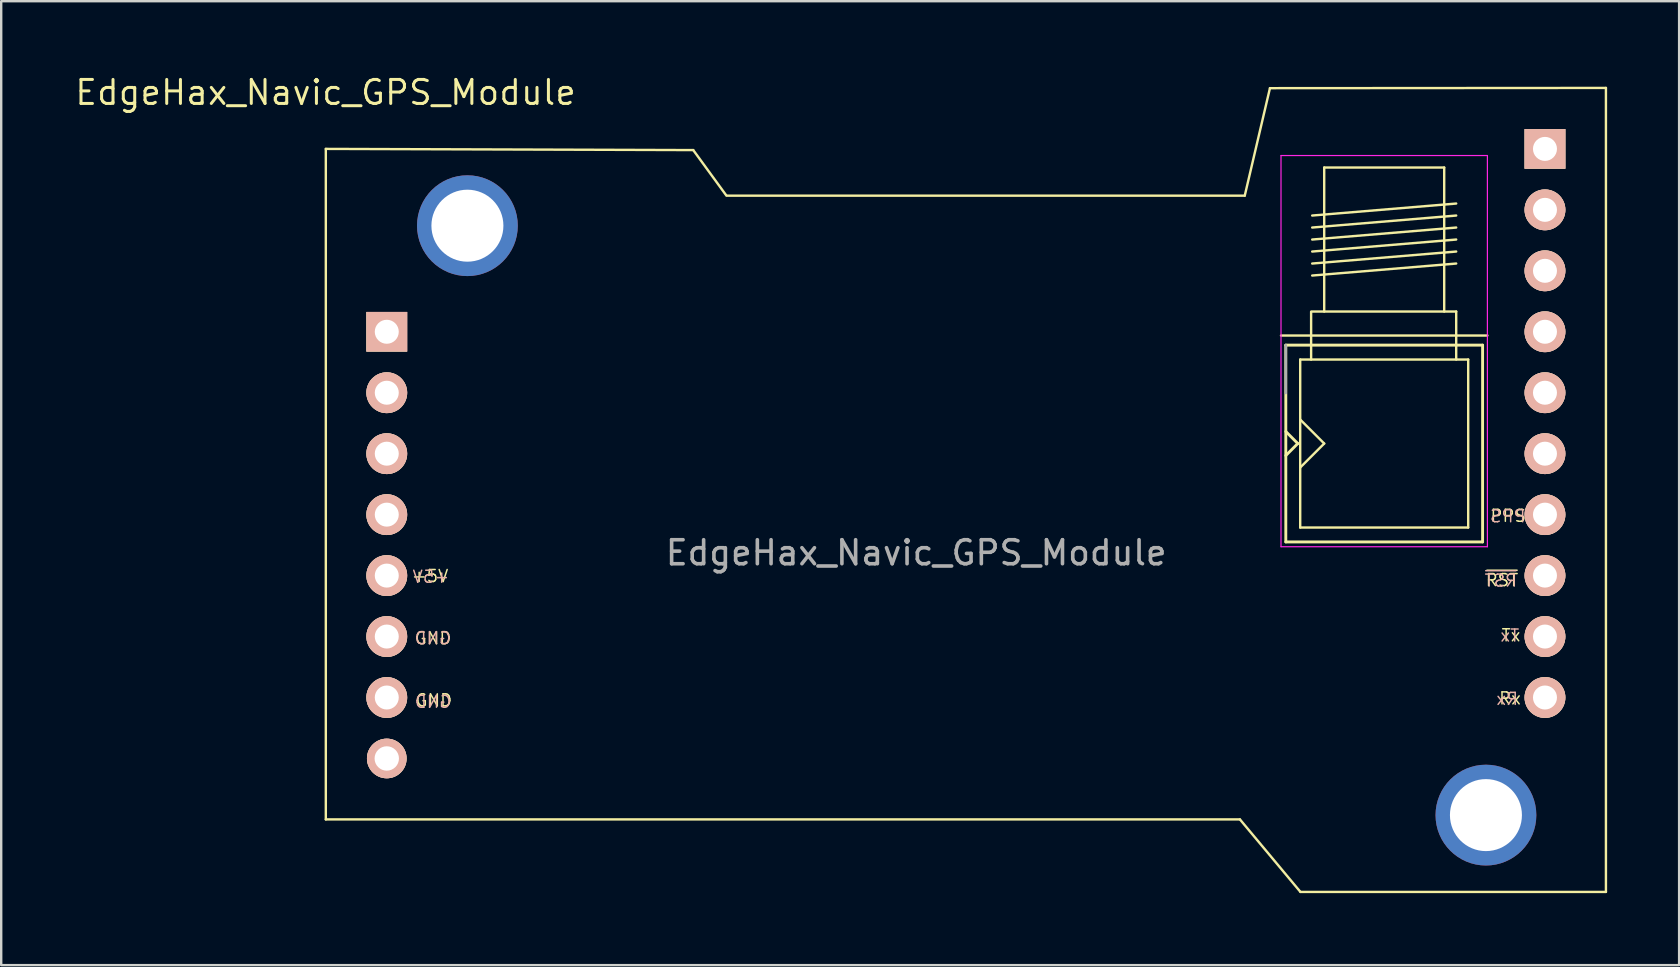
<source format=kicad_pcb>
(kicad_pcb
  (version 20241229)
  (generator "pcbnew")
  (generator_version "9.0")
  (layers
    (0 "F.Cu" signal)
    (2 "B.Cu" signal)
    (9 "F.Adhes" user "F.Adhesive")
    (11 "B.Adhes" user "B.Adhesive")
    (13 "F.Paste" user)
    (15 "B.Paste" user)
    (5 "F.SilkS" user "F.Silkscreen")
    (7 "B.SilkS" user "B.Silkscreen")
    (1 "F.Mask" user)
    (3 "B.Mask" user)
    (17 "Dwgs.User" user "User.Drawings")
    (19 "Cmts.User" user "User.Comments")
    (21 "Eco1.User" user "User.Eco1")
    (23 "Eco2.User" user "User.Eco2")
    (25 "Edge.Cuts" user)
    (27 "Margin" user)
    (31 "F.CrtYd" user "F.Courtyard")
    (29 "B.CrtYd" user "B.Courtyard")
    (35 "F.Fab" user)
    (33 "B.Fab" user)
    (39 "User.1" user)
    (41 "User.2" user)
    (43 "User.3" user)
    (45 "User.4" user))
  (footprint "EdgeHax_Navic_GPS_Module"
    (layer "F.Cu")
    (at 10.526 3.154)
    (property "Reference" "EdgeHax_Navic_GPS_Module" (at -0.01 -2.35 0) (unlocked yes) (layer "F.SilkS") (effects (font (size 1 1) (thickness 0.125))))
    (attr through_hole)
    (fp_line (start 0 0) (end 0 27.94) (stroke (width 0.1) (type solid)) (layer "F.SilkS"))
    (fp_line (start 0 0) (end 15.31 0.05) (stroke (width 0.1) (type solid)) (layer "F.SilkS"))
    (fp_line (start 0 27.94) (end 38.09 27.94) (stroke (width 0.1) (type solid)) (layer "F.SilkS"))
    (fp_line (start 15.31 0.05) (end 16.68 1.93) (stroke (width 0.1) (type default)) (layer "F.SilkS"))
    (fp_line (start 16.7 1.95) (end 38.29 1.95) (stroke (width 0.1) (type solid)) (layer "F.SilkS"))
    (fp_line (start 38.09 27.94) (end 40.61 30.96) (stroke (width 0.1) (type solid)) (layer "F.SilkS"))
    (fp_line (start 39.34 -2.53) (end 38.29 1.95) (stroke (width 0.1) (type solid)) (layer "F.SilkS"))
    (fp_line (start 40.001 8.177) (end 40.001 16.377) (stroke (width 0.12) (type solid)) (layer "F.SilkS"))
    (fp_line (start 40.001 8.177) (end 48.201 8.177) (stroke (width 0.12) (type solid)) (layer "F.SilkS"))
    (fp_line (start 40.001 12.777) (end 40.501 12.277) (stroke (width 0.12) (type solid)) (layer "F.SilkS"))
    (fp_line (start 40.001 16.377) (end 48.201 16.377) (stroke (width 0.12) (type solid)) (layer "F.SilkS"))
    (fp_line (start 40.501 12.277) (end 40.001 11.777) (stroke (width 0.12) (type solid)) (layer "F.SilkS"))
    (fp_line (start 40.601 8.777) (end 40.601 15.777) (stroke (width 0.1) (type solid)) (layer "F.SilkS"))
    (fp_line (start 40.601 8.777) (end 47.601 8.777) (stroke (width 0.1) (type solid)) (layer "F.SilkS"))
    (fp_line (start 40.601 11.277) (end 41.601 12.277) (stroke (width 0.1) (type solid)) (layer "F.SilkS"))
    (fp_line (start 40.601 15.777) (end 47.601 15.777) (stroke (width 0.1) (type solid)) (layer "F.SilkS"))
    (fp_line (start 40.61 30.96) (end 53.34 30.96) (stroke (width 0.1) (type solid)) (layer "F.SilkS"))
    (fp_line (start 41.056 6.78) (end 41.056 8.78) (stroke (width 0.1) (type solid)) (layer "F.SilkS"))
    (fp_line (start 41.101 2.777) (end 47.101 2.277) (stroke (width 0.1) (type solid)) (layer "F.SilkS"))
    (fp_line (start 41.101 3.277) (end 47.101 2.777) (stroke (width 0.1) (type solid)) (layer "F.SilkS"))
    (fp_line (start 41.101 3.777) (end 47.101 3.277) (stroke (width 0.1) (type solid)) (layer "F.SilkS"))
    (fp_line (start 41.101 4.277) (end 47.101 3.777) (stroke (width 0.1) (type solid)) (layer "F.SilkS"))
    (fp_line (start 41.101 4.777) (end 47.101 4.277) (stroke (width 0.1) (type solid)) (layer "F.SilkS"))
    (fp_line (start 41.101 5.277) (end 47.101 4.777) (stroke (width 0.1) (type solid)) (layer "F.SilkS"))
    (fp_line (start 41.601 0.777) (end 41.601 6.777) (stroke (width 0.1) (type solid)) (layer "F.SilkS"))
    (fp_line (start 41.601 0.777) (end 46.601 0.777) (stroke (width 0.1) (type solid)) (layer "F.SilkS"))
    (fp_line (start 41.601 12.277) (end 40.601 13.277) (stroke (width 0.1) (type solid)) (layer "F.SilkS"))
    (fp_line (start 46.601 0.777) (end 46.601 6.777) (stroke (width 0.1) (type solid)) (layer "F.SilkS"))
    (fp_line (start 47.101 6.777) (end 41.101 6.777) (stroke (width 0.1) (type solid)) (layer "F.SilkS"))
    (fp_line (start 47.101 6.777) (end 47.101 8.777) (stroke (width 0.1) (type solid)) (layer "F.SilkS"))
    (fp_line (start 47.601 8.777) (end 47.601 15.777) (stroke (width 0.1) (type solid)) (layer "F.SilkS"))
    (fp_line (start 48.201 8.177) (end 48.201 16.377) (stroke (width 0.12) (type solid)) (layer "F.SilkS"))
    (fp_line (start 48.401 7.777) (end 39.801 7.777) (stroke (width 0.1) (type solid)) (layer "F.SilkS"))
    (fp_line (start 53.34 -2.54) (end 39.34 -2.53) (stroke (width 0.1) (type solid)) (layer "F.SilkS"))
    (fp_line (start 53.34 30.96) (end 53.34 -2.54) (stroke (width 0.1) (type solid)) (layer "F.SilkS"))
    (fp_line (start 39.801 0.277) (end 39.801 16.577) (stroke (width 0.05) (type solid)) (layer "F.CrtYd"))
    (fp_line (start 39.801 0.277) (end 48.401 0.277) (stroke (width 0.05) (type solid)) (layer "F.CrtYd"))
    (fp_line (start 48.401 16.577) (end 39.801 16.577) (stroke (width 0.05) (type solid)) (layer "F.CrtYd"))
    (fp_line (start 48.401 16.577) (end 48.401 0.277) (stroke (width 0.05) (type solid)) (layer "F.CrtYd"))
    (fp_line (start 40.001 8.177) (end 40.001 10.177) (stroke (width 0.1) (type solid)) (layer "F.Fab"))
    (fp_text user "Tx" (at 48.95 20.56 0) (unlocked yes) (layer "F.SilkS") (effects (font (size 0.5 0.5) (thickness 0.062)) (justify left bottom)))
    (fp_text user "+5V" (at 3.54 18.09 0) (unlocked yes) (layer "F.SilkS") (effects (font (size 0.5 0.5) (thickness 0.062)) (justify left bottom)))
    (fp_text user "PPS" (at 48.49 15.58 0) (unlocked yes) (layer "F.SilkS") (effects (font (size 0.5 0.5) (thickness 0.062)) (justify left bottom)))
    (fp_text user "GND" (at 3.67 20.68 0) (unlocked yes) (layer "F.SilkS") (effects (font (size 0.5 0.5) (thickness 0.062)) (justify left bottom)))
    (fp_text user "GND" (at 3.7 23.27 0) (unlocked yes) (layer "F.SilkS") (effects (font (size 0.5 0.5) (thickness 0.062)) (justify left bottom)))
    (fp_text user "~{RST}" (at 48.29 18.26 0) (unlocked yes) (layer "F.SilkS") (effects (font (size 0.5 0.5) (thickness 0.062)) (justify left bottom)))
    (fp_text user "Rx" (at 48.85 23.19 0) (unlocked yes) (layer "F.SilkS") (effects (font (size 0.5 0.5) (thickness 0.062)) (justify left bottom)))
    (fp_text user "Tx" (at 49.77 20.57 0) (unlocked yes) (layer "B.SilkS") (effects (font (size 0.5 0.5) (thickness 0.062)) (justify left bottom mirror)))
    (fp_text user "Rx" (at 49.72 23.21 0) (unlocked yes) (layer "B.SilkS") (effects (font (size 0.5 0.5) (thickness 0.062)) (justify left bottom mirror)))
    (fp_text user "~{RST}" (at 49.68 18.28 0) (unlocked yes) (layer "B.SilkS") (effects (font (size 0.5 0.5) (thickness 0.062)) (justify left bottom mirror)))
    (fp_text user "PPS" (at 50.03 15.6 0) (unlocked yes) (layer "B.SilkS") (effects (font (size 0.5 0.5) (thickness 0.062)) (justify left bottom mirror)))
    (fp_text user "GND" (at 5.26 20.68 0) (unlocked yes) (layer "B.SilkS") (effects (font (size 0.5 0.5) (thickness 0.062)) (justify left bottom mirror)))
    (fp_text user "+5V" (at 5.18 18.12 0) (unlocked yes) (layer "B.SilkS") (effects (font (size 0.5 0.5) (thickness 0.062)) (justify left bottom mirror)))
    (fp_text user "GND" (at 5.27 23.33 0) (unlocked yes) (layer "B.SilkS") (effects (font (size 0.5 0.5) (thickness 0.062)) (justify left bottom mirror)))
    (fp_text user "${REFERENCE}" (at 24.6 16.83 0) (unlocked yes) (layer "F.Fab") (effects (font (size 1 1) (thickness 0.15))))
    (pad "" np_thru_hole circle (at 5.9 3.2) (size 4.2 4.2) (drill 3) (layers "*.Cu" "*.Mask"))
    (pad "" np_thru_hole circle (at 48.34 27.76) (size 4.2 4.2) (drill 3) (layers "*.Cu" "*.Mask"))
    (pad "1" thru_hole rect (at 2.54 7.62) (size 1.7 1.651) (drill 1) (layers "*.Cu" "*.Paste" "*.SilkS" "*.Mask"))
    (pad "2" thru_hole circle (at 2.54 10.16) (size 1.7 1.7) (drill 1) (layers "*.Cu" "*.Paste" "*.SilkS" "*.Mask"))
    (pad "3" thru_hole circle (at 2.54 12.7) (size 1.7 1.7) (drill 1) (layers "*.Cu" "*.Paste" "*.SilkS" "*.Mask"))
    (pad "4" thru_hole circle (at 2.54 15.24) (size 1.7 1.7) (drill 1) (layers "*.Cu" "*.Paste" "*.SilkS" "*.Mask"))
    (pad "5" thru_hole circle (at 2.54 17.78) (size 1.7 1.7) (drill 1) (layers "*.Cu" "*.Paste" "*.SilkS" "*.Mask"))
    (pad "6" thru_hole circle (at 2.54 20.32) (size 1.7 1.7) (drill 1) (layers "*.Cu" "*.Paste" "*.SilkS" "*.Mask"))
    (pad "7" thru_hole circle (at 2.54 22.86) (size 1.7 1.7) (drill 1) (layers "*.Cu" "*.Paste" "*.SilkS" "*.Mask"))
    (pad "8" thru_hole circle (at 2.54 25.4) (size 1.651 1.651) (drill 1.016) (layers "*.Cu" "*.Paste" "*.SilkS" "*.Mask"))
    (pad "9" thru_hole circle (at 50.8 22.86) (size 1.7 1.7) (drill 1) (layers "*.Cu" "*.Paste" "*.SilkS" "*.Mask"))
    (pad "10" thru_hole circle (at 50.8 20.32) (size 1.7 1.7) (drill 1) (layers "*.Cu" "*.Paste" "*.SilkS" "*.Mask"))
    (pad "11" thru_hole circle (at 50.8 17.78) (size 1.7 1.7) (drill 1) (layers "*.Cu" "*.Paste" "*.SilkS" "*.Mask"))
    (pad "12" thru_hole circle (at 50.8 15.24) (size 1.7 1.7) (drill 1) (layers "*.Cu" "*.Paste" "*.SilkS" "*.Mask"))
    (pad "13" thru_hole circle (at 50.8 12.7) (size 1.7 1.7) (drill 1) (layers "*.Cu" "*.Paste" "*.SilkS" "*.Mask"))
    (pad "14" thru_hole circle (at 50.8 10.16) (size 1.7 1.7) (drill 1) (layers "*.Cu" "*.Paste" "*.SilkS" "*.Mask"))
    (pad "15" thru_hole circle (at 50.8 7.62) (size 1.7 1.7) (drill 1) (layers "*.Cu" "*.Paste" "*.SilkS" "*.Mask"))
    (pad "16" thru_hole circle (at 50.8 5.08) (size 1.7 1.7) (drill 1) (layers "*.Cu" "*.Paste" "*.SilkS" "*.Mask"))
    (pad "17" thru_hole circle (at 50.8 2.54) (size 1.7 1.7) (drill 1) (layers "*.Cu" "*.Paste" "*.SilkS" "*.Mask"))
    (pad "18" thru_hole rect (at 50.8 0) (size 1.7 1.651) (drill 1) (layers "*.Cu" "*.Paste" "*.SilkS" "*.Mask")))
  (gr_rect
    (start -3 -3)
    (end 66.916 37.164)
    (stroke (width 0.1) (type default))
    (fill no)
    (layer "Edge.Cuts")))
</source>
